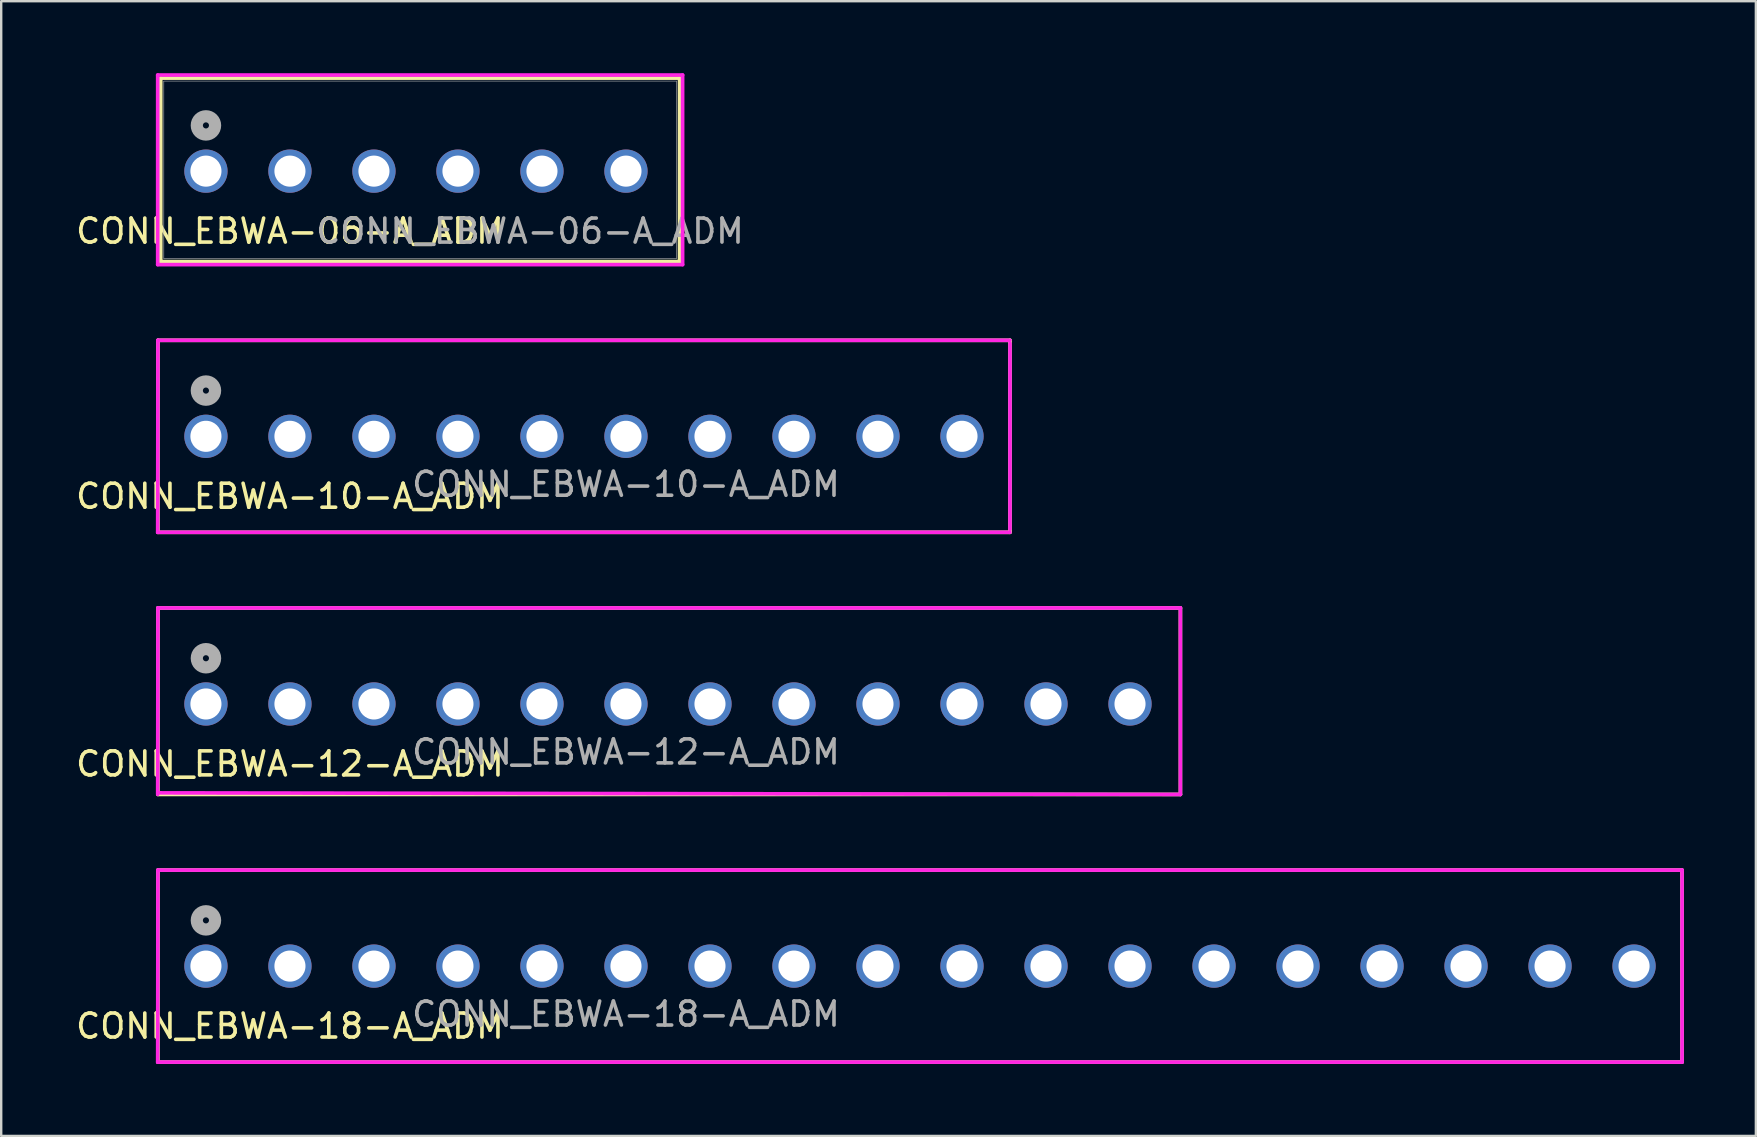
<source format=kicad_pcb>
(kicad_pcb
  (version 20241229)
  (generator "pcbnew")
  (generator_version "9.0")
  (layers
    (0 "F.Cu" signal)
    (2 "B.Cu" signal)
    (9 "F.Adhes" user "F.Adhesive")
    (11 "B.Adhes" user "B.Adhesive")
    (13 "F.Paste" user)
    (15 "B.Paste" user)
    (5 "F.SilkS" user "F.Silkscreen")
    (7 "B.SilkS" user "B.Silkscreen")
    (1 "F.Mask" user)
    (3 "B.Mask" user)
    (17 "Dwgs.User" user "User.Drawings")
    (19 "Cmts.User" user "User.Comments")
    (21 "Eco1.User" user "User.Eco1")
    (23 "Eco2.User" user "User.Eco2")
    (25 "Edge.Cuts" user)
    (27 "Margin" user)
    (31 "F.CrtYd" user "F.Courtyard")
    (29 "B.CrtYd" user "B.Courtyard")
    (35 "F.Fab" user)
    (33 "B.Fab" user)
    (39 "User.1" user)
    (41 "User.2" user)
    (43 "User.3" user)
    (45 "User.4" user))
  (footprint "CONN_EBWA-18-A_ADM"
    (layer "F.Cu")
    (at 5.53 37.201)
    (property "Reference" "CONN_EBWA-18-A_ADM" (at 3.5 2.5 0) (unlocked yes) (layer "F.SilkS") (effects (font (size 1 1) (thickness 0.15))))
    (attr through_hole)
    (fp_line (start -2 -4) (end -2 4) (stroke (width 0.152) (type solid)) (layer "F.SilkS"))
    (fp_line (start -2 4) (end 61.5 4) (stroke (width 0.152) (type solid)) (layer "F.SilkS"))
    (fp_line (start 61.5 -4) (end -2 -4) (stroke (width 0.152) (type solid)) (layer "F.SilkS"))
    (fp_line (start 61.5 4) (end 61.5 -4) (stroke (width 0.152) (type solid)) (layer "F.SilkS"))
    (fp_line (start -2.01 4) (end 61.5 4) (stroke (width 0.152) (type solid)) (layer "F.CrtYd"))
    (fp_line (start -2 -4) (end -2.01 4) (stroke (width 0.152) (type solid)) (layer "F.CrtYd"))
    (fp_line (start 61.5 -4) (end -2 -4) (stroke (width 0.152) (type solid)) (layer "F.CrtYd"))
    (fp_line (start 61.5 4) (end 61.5 -4) (stroke (width 0.152) (type solid)) (layer "F.CrtYd"))
    (fp_circle (center 0 -1.905) (end 0.381 -1.905) (stroke (width 0.508) (type solid)) (fill no) (layer "F.Fab"))
    (fp_text user "${REFERENCE}" (at 17.5 2 0) (unlocked yes) (layer "F.Fab") (effects (font (size 1 1) (thickness 0.15))))
    (pad "1" thru_hole circle (at 0 0) (size 1.803 1.803) (drill 1.295) (layers "*.Cu" "*.Mask"))
    (pad "2" thru_hole circle (at 3.5 0) (size 1.803 1.803) (drill 1.295) (layers "*.Cu" "*.Mask"))
    (pad "3" thru_hole circle (at 7 0) (size 1.803 1.803) (drill 1.295) (layers "*.Cu" "*.Mask"))
    (pad "4" thru_hole circle (at 10.5 0) (size 1.803 1.803) (drill 1.295) (layers "*.Cu" "*.Mask"))
    (pad "5" thru_hole circle (at 14 0) (size 1.803 1.803) (drill 1.295) (layers "*.Cu" "*.Mask"))
    (pad "6" thru_hole circle (at 17.5 0) (size 1.803 1.803) (drill 1.295) (layers "*.Cu" "*.Mask"))
    (pad "7" thru_hole circle (at 21 0) (size 1.803 1.803) (drill 1.295) (layers "*.Cu" "*.Mask"))
    (pad "8" thru_hole circle (at 24.5 0) (size 1.803 1.803) (drill 1.295) (layers "*.Cu" "*.Mask"))
    (pad "9" thru_hole circle (at 28 0) (size 1.803 1.803) (drill 1.295) (layers "*.Cu" "*.Mask"))
    (pad "10" thru_hole circle (at 31.5 0) (size 1.803 1.803) (drill 1.295) (layers "*.Cu" "*.Mask"))
    (pad "11" thru_hole circle (at 35 0) (size 1.803 1.803) (drill 1.295) (layers "*.Cu" "*.Mask"))
    (pad "12" thru_hole circle (at 38.5 0) (size 1.803 1.803) (drill 1.295) (layers "*.Cu" "*.Mask"))
    (pad "13" thru_hole circle (at 42 0) (size 1.803 1.803) (drill 1.295) (layers "*.Cu" "*.Mask"))
    (pad "14" thru_hole circle (at 45.5 0) (size 1.803 1.803) (drill 1.295) (layers "*.Cu" "*.Mask"))
    (pad "15" thru_hole circle (at 49 0) (size 1.803 1.803) (drill 1.295) (layers "*.Cu" "*.Mask"))
    (pad "16" thru_hole circle (at 52.5 0) (size 1.803 1.803) (drill 1.295) (layers "*.Cu" "*.Mask"))
    (pad "17" thru_hole circle (at 56 0) (size 1.803 1.803) (drill 1.295) (layers "*.Cu" "*.Mask"))
    (pad "18" thru_hole circle (at 59.5 0) (size 1.803 1.803) (drill 1.295) (layers "*.Cu" "*.Mask")))
  (footprint "CONN_EBWA-12-A_ADM"
    (layer "F.Cu")
    (at 5.53 26.28)
    (property "Reference" "CONN_EBWA-12-A_ADM" (at 3.5 2.5 0) (unlocked yes) (layer "F.SilkS") (effects (font (size 1 1) (thickness 0.15))))
    (attr through_hole)
    (fp_line (start -2 -4) (end -2 3.768) (stroke (width 0.152) (type solid)) (layer "F.SilkS"))
    (fp_line (start -2 3.768) (end 40.6 3.768) (stroke (width 0.152) (type solid)) (layer "F.SilkS"))
    (fp_line (start 40.6 -4) (end -2 -4) (stroke (width 0.152) (type solid)) (layer "F.SilkS"))
    (fp_line (start 40.6 3.768) (end 40.6 -4) (stroke (width 0.152) (type solid)) (layer "F.SilkS"))
    (fp_line (start -2 -4) (end -2.01 3.768) (stroke (width 0.152) (type solid)) (layer "F.CrtYd"))
    (fp_line (start -2 3.703) (end 40.6 3.769) (stroke (width 0.152) (type solid)) (layer "F.CrtYd"))
    (fp_line (start 40.6 -4) (end -2 -4) (stroke (width 0.152) (type solid)) (layer "F.CrtYd"))
    (fp_line (start 40.6 3.768) (end 40.6 -4) (stroke (width 0.152) (type solid)) (layer "F.CrtYd"))
    (fp_circle (center 0 -1.905) (end 0.381 -1.905) (stroke (width 0.508) (type solid)) (fill no) (layer "F.Fab"))
    (fp_text user "${REFERENCE}" (at 17.5 2 0) (unlocked yes) (layer "F.Fab") (effects (font (size 1 1) (thickness 0.15))))
    (pad "1" thru_hole circle (at 0 0) (size 1.803 1.803) (drill 1.295) (layers "*.Cu" "*.Mask"))
    (pad "2" thru_hole circle (at 3.5 0) (size 1.803 1.803) (drill 1.295) (layers "*.Cu" "*.Mask"))
    (pad "3" thru_hole circle (at 7 0) (size 1.803 1.803) (drill 1.295) (layers "*.Cu" "*.Mask"))
    (pad "4" thru_hole circle (at 10.5 0) (size 1.803 1.803) (drill 1.295) (layers "*.Cu" "*.Mask"))
    (pad "5" thru_hole circle (at 14 0) (size 1.803 1.803) (drill 1.295) (layers "*.Cu" "*.Mask"))
    (pad "6" thru_hole circle (at 17.5 0) (size 1.803 1.803) (drill 1.295) (layers "*.Cu" "*.Mask"))
    (pad "7" thru_hole circle (at 21 0) (size 1.803 1.803) (drill 1.295) (layers "*.Cu" "*.Mask"))
    (pad "8" thru_hole circle (at 24.5 0) (size 1.803 1.803) (drill 1.295) (layers "*.Cu" "*.Mask"))
    (pad "9" thru_hole circle (at 28 0) (size 1.803 1.803) (drill 1.295) (layers "*.Cu" "*.Mask"))
    (pad "10" thru_hole circle (at 31.5 0) (size 1.803 1.803) (drill 1.295) (layers "*.Cu" "*.Mask"))
    (pad "11" thru_hole circle (at 35 0) (size 1.803 1.803) (drill 1.295) (layers "*.Cu" "*.Mask"))
    (pad "12" thru_hole circle (at 38.5 0) (size 1.803 1.803) (drill 1.295) (layers "*.Cu" "*.Mask")))
  (footprint "CONN_EBWA-06-A_ADM"
    (layer "F.Cu")
    (at 5.53 4.08)
    (property "Reference" "CONN_EBWA-06-A_ADM" (at 3.5 2.5 0) (unlocked yes) (layer "F.SilkS") (effects (font (size 1 1) (thickness 0.15))))
    (attr through_hole)
    (fp_line (start -1.883 -3.877) (end -1.883 3.768) (stroke (width 0.152) (type solid)) (layer "F.SilkS"))
    (fp_line (start -1.883 3.768) (end 19.733 3.768) (stroke (width 0.152) (type solid)) (layer "F.SilkS"))
    (fp_line (start 19.733 -3.877) (end -1.883 -3.877) (stroke (width 0.152) (type solid)) (layer "F.SilkS"))
    (fp_line (start 19.733 3.768) (end 19.733 -3.877) (stroke (width 0.152) (type solid)) (layer "F.SilkS"))
    (fp_line (start -2.01 -4.004) (end -2.01 3.895) (stroke (width 0.152) (type solid)) (layer "F.CrtYd"))
    (fp_line (start -2.01 3.895) (end 19.86 3.895) (stroke (width 0.152) (type solid)) (layer "F.CrtYd"))
    (fp_line (start 19.86 -4.004) (end -2.01 -4.004) (stroke (width 0.152) (type solid)) (layer "F.CrtYd"))
    (fp_line (start 19.86 3.895) (end 19.86 -4.004) (stroke (width 0.152) (type solid)) (layer "F.CrtYd"))
    (fp_line (start -1.756 -3.75) (end -1.756 3.641) (stroke (width 0.025) (type solid)) (layer "F.Fab"))
    (fp_line (start -1.756 3.641) (end 19.606 3.641) (stroke (width 0.025) (type solid)) (layer "F.Fab"))
    (fp_line (start 19.606 -3.75) (end -1.756 -3.75) (stroke (width 0.025) (type solid)) (layer "F.Fab"))
    (fp_line (start 19.606 3.641) (end 19.606 -3.75) (stroke (width 0.025) (type solid)) (layer "F.Fab"))
    (fp_circle (center 0 -1.905) (end 0.381 -1.905) (stroke (width 0.508) (type solid)) (fill no) (layer "F.Fab"))
    (fp_text user "${REFERENCE}" (at 13.5 2.5 0) (unlocked yes) (layer "F.Fab") (effects (font (size 1 1) (thickness 0.15))))
    (pad "1" thru_hole circle (at 0 0) (size 1.803 1.803) (drill 1.295) (layers "*.Cu" "*.Mask"))
    (pad "2" thru_hole circle (at 3.5 0) (size 1.803 1.803) (drill 1.295) (layers "*.Cu" "*.Mask"))
    (pad "3" thru_hole circle (at 7 0) (size 1.803 1.803) (drill 1.295) (layers "*.Cu" "*.Mask"))
    (pad "4" thru_hole circle (at 10.5 0) (size 1.803 1.803) (drill 1.295) (layers "*.Cu" "*.Mask"))
    (pad "5" thru_hole circle (at 14 0) (size 1.803 1.803) (drill 1.295) (layers "*.Cu" "*.Mask"))
    (pad "6" thru_hole circle (at 17.5 0) (size 1.803 1.803) (drill 1.295) (layers "*.Cu" "*.Mask")))
  (footprint "CONN_EBWA-10-A_ADM"
    (layer "F.Cu")
    (at 5.53 15.128)
    (property "Reference" "CONN_EBWA-10-A_ADM" (at 3.5 2.5 0) (unlocked yes) (layer "F.SilkS") (effects (font (size 1 1) (thickness 0.15))))
    (attr through_hole)
    (fp_line (start -2 -4) (end -2 4) (stroke (width 0.152) (type solid)) (layer "F.SilkS"))
    (fp_line (start -2 4) (end 33.5 4) (stroke (width 0.152) (type solid)) (layer "F.SilkS"))
    (fp_line (start 33.5 -4) (end -2 -4) (stroke (width 0.152) (type solid)) (layer "F.SilkS"))
    (fp_line (start 33.5 4) (end 33.5 -4) (stroke (width 0.152) (type solid)) (layer "F.SilkS"))
    (fp_line (start -2.01 4) (end 33.5 4) (stroke (width 0.152) (type solid)) (layer "F.CrtYd"))
    (fp_line (start -2 -4) (end -2.01 4) (stroke (width 0.152) (type solid)) (layer "F.CrtYd"))
    (fp_line (start 33.5 -4) (end -2 -4) (stroke (width 0.152) (type solid)) (layer "F.CrtYd"))
    (fp_line (start 33.5 3.875) (end 33.5 -3.875) (stroke (width 0.152) (type solid)) (layer "F.CrtYd"))
    (fp_circle (center 0 -1.905) (end 0.381 -1.905) (stroke (width 0.508) (type solid)) (fill no) (layer "F.Fab"))
    (fp_text user "${REFERENCE}" (at 17.5 2 0) (unlocked yes) (layer "F.Fab") (effects (font (size 1 1) (thickness 0.15))))
    (pad "1" thru_hole circle (at 0 0) (size 1.803 1.803) (drill 1.295) (layers "*.Cu" "*.Mask"))
    (pad "2" thru_hole circle (at 3.5 0) (size 1.803 1.803) (drill 1.295) (layers "*.Cu" "*.Mask"))
    (pad "3" thru_hole circle (at 7 0) (size 1.803 1.803) (drill 1.295) (layers "*.Cu" "*.Mask"))
    (pad "4" thru_hole circle (at 10.5 0) (size 1.803 1.803) (drill 1.295) (layers "*.Cu" "*.Mask"))
    (pad "5" thru_hole circle (at 14 0) (size 1.803 1.803) (drill 1.295) (layers "*.Cu" "*.Mask"))
    (pad "6" thru_hole circle (at 17.5 0) (size 1.803 1.803) (drill 1.295) (layers "*.Cu" "*.Mask"))
    (pad "7" thru_hole circle (at 21 0) (size 1.803 1.803) (drill 1.295) (layers "*.Cu" "*.Mask"))
    (pad "8" thru_hole circle (at 24.5 0) (size 1.803 1.803) (drill 1.295) (layers "*.Cu" "*.Mask"))
    (pad "9" thru_hole circle (at 28 0) (size 1.803 1.803) (drill 1.295) (layers "*.Cu" "*.Mask"))
    (pad "10" thru_hole circle (at 31.5 0) (size 1.803 1.803) (drill 1.295) (layers "*.Cu" "*.Mask")))
  (gr_rect
    (start -3 -3)
    (end 70.106 44.278)
    (stroke (width 0.1) (type default))
    (fill no)
    (layer "Edge.Cuts")))
</source>
